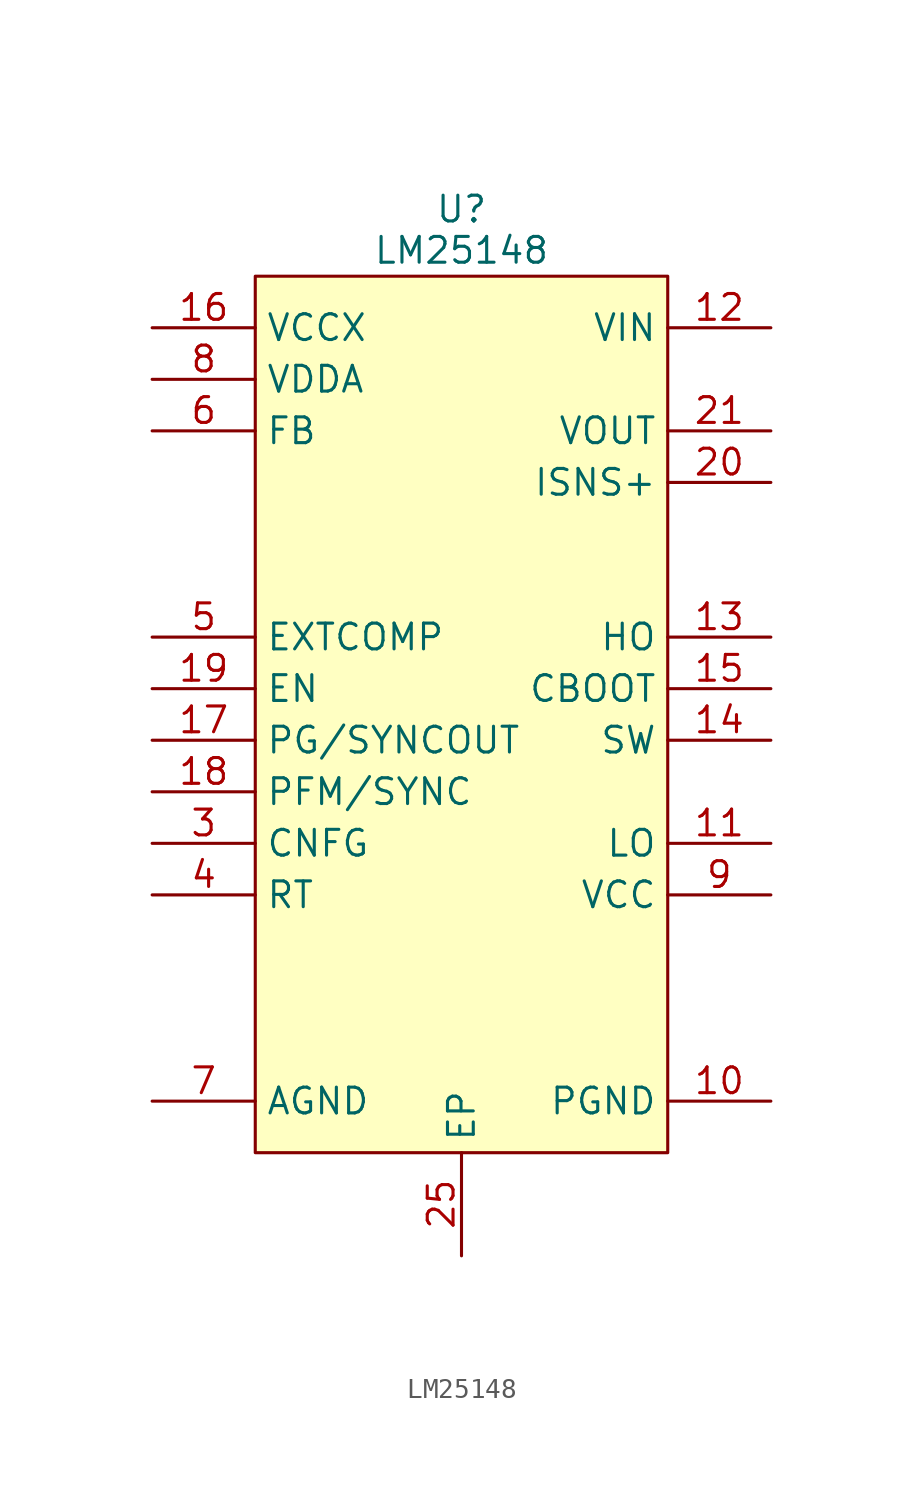
<source format=kicad_sym>
(kicad_symbol_lib
  (version 20231120)
  (generator "kicad_symbol_editor")
  (generator_version "8.0")
  (symbol "LM25148"
    (property "Reference" "U"
      (at 0 26.162 0)
      (effects (font (size 1.27 1.27))))
    (property "Value" "LM25148"
      (at 0 24.13 0)
      (effects (font (size 1.27 1.27))))
    (symbol "LM25148_1_1"
      (rectangle (start -10.16 22.86) (end 10.16 -20.32) (stroke (width 0) (type default)) (fill (type background)))
      (pin passive line (at 0 -25.4 90) (length 5.08) hide (name "NC" (effects (font (size 1.27 1.27)))) (number "1" (effects (font (size 1.27 1.27)))))
      (pin power_in line (at 15.24 -17.78 180) (length 5.08) (name "PGND" (effects (font (size 1.27 1.27)))) (number "10" (effects (font (size 1.27 1.27)))))
      (pin output line (at 15.24 -5.08 180) (length 5.08) (name "LO" (effects (font (size 1.27 1.27)))) (number "11" (effects (font (size 1.27 1.27)))))
      (pin power_in line (at 15.24 20.32 180) (length 5.08) (name "VIN" (effects (font (size 1.27 1.27)))) (number "12" (effects (font (size 1.27 1.27)))))
      (pin output line (at 15.24 5.08 180) (length 5.08) (name "HO" (effects (font (size 1.27 1.27)))) (number "13" (effects (font (size 1.27 1.27)))))
      (pin passive line (at 15.24 0 180) (length 5.08) (name "SW" (effects (font (size 1.27 1.27)))) (number "14" (effects (font (size 1.27 1.27)))))
      (pin passive line (at 15.24 2.54 180) (length 5.08) (name "CBOOT" (effects (font (size 1.27 1.27)))) (number "15" (effects (font (size 1.27 1.27)))))
      (pin passive line (at -15.24 20.32 0) (length 5.08) (name "VCCX" (effects (font (size 1.27 1.27)))) (number "16" (effects (font (size 1.27 1.27)))))
      (pin open_collector line (at -15.24 0 0) (length 5.08) (name "PG/SYNCOUT" (effects (font (size 1.27 1.27)))) (number "17" (effects (font (size 1.27 1.27)))))
      (pin input line (at -15.24 -2.54 0) (length 5.08) (name "PFM/SYNC" (effects (font (size 1.27 1.27)))) (number "18" (effects (font (size 1.27 1.27)))))
      (pin input line (at -15.24 2.54 0) (length 5.08) (name "EN" (effects (font (size 1.27 1.27)))) (number "19" (effects (font (size 1.27 1.27)))))
      (pin passive line (at 0 -25.4 90) (length 5.08) hide (name "NC" (effects (font (size 1.27 1.27)))) (number "2" (effects (font (size 1.27 1.27)))))
      (pin input line (at 15.24 12.7 180) (length 5.08) (name "ISNS+" (effects (font (size 1.27 1.27)))) (number "20" (effects (font (size 1.27 1.27)))))
      (pin input line (at 15.24 15.24 180) (length 5.08) (name "VOUT" (effects (font (size 1.27 1.27)))) (number "21" (effects (font (size 1.27 1.27)))))
      (pin passive line (at 0 -25.4 90) (length 5.08) hide (name "NC" (effects (font (size 1.27 1.27)))) (number "22" (effects (font (size 1.27 1.27)))))
      (pin passive line (at 0 -25.4 90) (length 5.08) hide (name "NC" (effects (font (size 1.27 1.27)))) (number "23" (effects (font (size 1.27 1.27)))))
      (pin passive line (at 0 -25.4 90) (length 5.08) hide (name "NC" (effects (font (size 1.27 1.27)))) (number "24" (effects (font (size 1.27 1.27)))))
      (pin power_in line (at 0 -25.4 90) (length 5.08) (name "EP" (effects (font (size 1.27 1.27)))) (number "25" (effects (font (size 1.27 1.27)))))
      (pin input line (at -15.24 -5.08 0) (length 5.08) (name "CNFG" (effects (font (size 1.27 1.27)))) (number "3" (effects (font (size 1.27 1.27)))))
      (pin input line (at -15.24 -7.62 0) (length 5.08) (name "RT" (effects (font (size 1.27 1.27)))) (number "4" (effects (font (size 1.27 1.27)))))
      (pin passive line (at -15.24 5.08 0) (length 5.08) (name "EXTCOMP" (effects (font (size 1.27 1.27)))) (number "5" (effects (font (size 1.27 1.27)))))
      (pin input line (at -15.24 15.24 0) (length 5.08) (name "FB" (effects (font (size 1.27 1.27)))) (number "6" (effects (font (size 1.27 1.27)))))
      (pin power_in line (at -15.24 -17.78 0) (length 5.08) (name "AGND" (effects (font (size 1.27 1.27)))) (number "7" (effects (font (size 1.27 1.27)))))
      (pin passive line (at -15.24 17.78 0) (length 5.08) (name "VDDA" (effects (font (size 1.27 1.27)))) (number "8" (effects (font (size 1.27 1.27)))))
      (pin passive line (at 15.24 -7.62 180) (length 5.08) (name "VCC" (effects (font (size 1.27 1.27)))) (number "9" (effects (font (size 1.27 1.27))))))))
</source>
